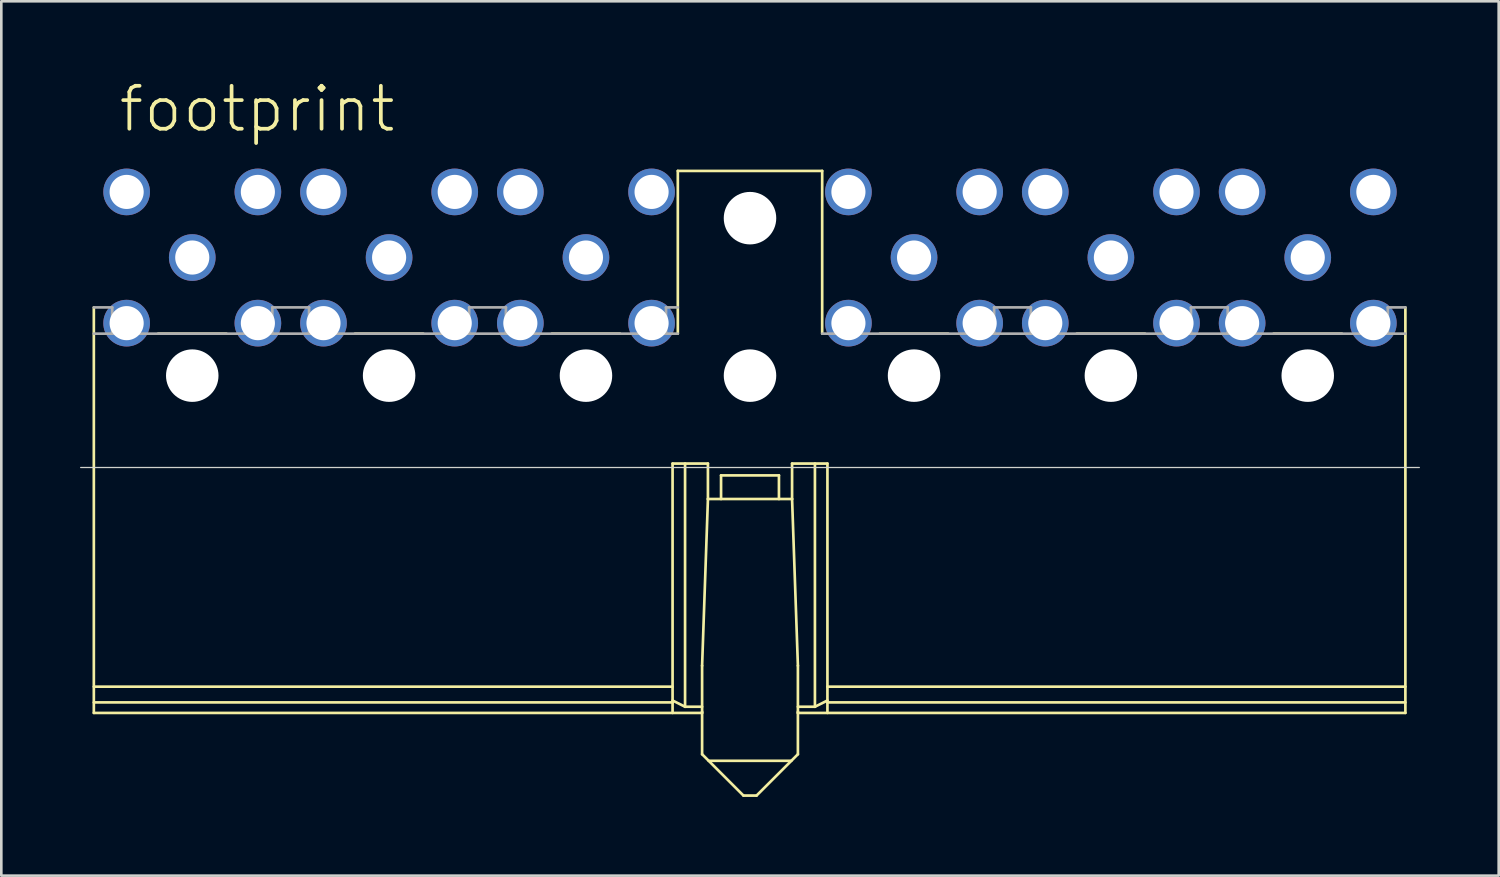
<source format=kicad_pcb>
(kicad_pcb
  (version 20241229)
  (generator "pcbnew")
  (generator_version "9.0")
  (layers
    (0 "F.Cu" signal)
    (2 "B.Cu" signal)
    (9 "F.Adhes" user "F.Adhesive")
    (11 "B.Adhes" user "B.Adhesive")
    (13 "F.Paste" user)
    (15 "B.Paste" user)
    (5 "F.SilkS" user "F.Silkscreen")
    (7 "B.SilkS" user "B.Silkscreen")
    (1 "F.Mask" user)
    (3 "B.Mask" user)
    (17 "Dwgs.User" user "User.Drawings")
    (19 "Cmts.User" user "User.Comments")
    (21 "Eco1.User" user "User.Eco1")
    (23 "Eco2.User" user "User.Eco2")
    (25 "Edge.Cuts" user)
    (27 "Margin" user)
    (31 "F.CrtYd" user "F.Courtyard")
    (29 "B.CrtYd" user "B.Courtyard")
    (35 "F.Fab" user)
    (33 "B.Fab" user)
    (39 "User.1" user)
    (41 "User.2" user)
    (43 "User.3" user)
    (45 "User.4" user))
  (footprint "footprint"
    (layer "F.Cu")
    (at 25.525 11.262)
    (property "Reference" "footprint" (at -24.13 -9.2 0) (layer "F.SilkS") (effects (font (size 1.636 1.636) (thickness 0.142)) (justify left bottom)))
    (fp_line (start -25 -2.6) (end -25 12.85) (stroke (width 0.102) (type solid)) (layer "F.SilkS"))
    (fp_line (start -25 11.85) (end -2.95 11.85) (stroke (width 0.102) (type solid)) (layer "F.SilkS"))
    (fp_line (start -25 12.45) (end -2.95 12.45) (stroke (width 0.102) (type solid)) (layer "F.SilkS"))
    (fp_line (start -25 12.85) (end -1.825 12.85) (stroke (width 0.102) (type solid)) (layer "F.SilkS"))
    (fp_line (start -19.95 -1.6) (end -22.55 -1.6) (stroke (width 0.102) (type solid)) (layer "F.SilkS"))
    (fp_line (start -12.45 -1.6) (end -15.05 -1.6) (stroke (width 0.102) (type solid)) (layer "F.SilkS"))
    (fp_line (start -4.95 -1.6) (end -7.55 -1.6) (stroke (width 0.102) (type solid)) (layer "F.SilkS"))
    (fp_line (start -2.95 3.35) (end -1.603 3.35) (stroke (width 0.102) (type solid)) (layer "F.SilkS"))
    (fp_line (start -2.95 12.377) (end -2.474 12.615) (stroke (width 0.102) (type solid)) (layer "F.SilkS"))
    (fp_line (start -2.95 12.85) (end -2.95 3.35) (stroke (width 0.102) (type solid)) (layer "F.SilkS"))
    (fp_line (start -2.75 -7.8) (end -2.75 -1.6) (stroke (width 0.102) (type solid)) (layer "F.SilkS"))
    (fp_line (start -2.75 -7.8) (end 2.75 -7.8) (stroke (width 0.102) (type solid)) (layer "F.SilkS"))
    (fp_line (start -2.474 12.615) (end -2.474 3.35) (stroke (width 0.102) (type solid)) (layer "F.SilkS"))
    (fp_line (start -2.474 12.615) (end -1.825 12.615) (stroke (width 0.102) (type solid)) (layer "F.SilkS"))
    (fp_line (start -1.825 11.05) (end -1.603 4.7) (stroke (width 0.102) (type solid)) (layer "F.SilkS"))
    (fp_line (start -1.825 12.799) (end -1.825 14.424) (stroke (width 0.102) (type solid)) (layer "F.SilkS"))
    (fp_line (start -1.825 12.85) (end -1.825 11.05) (stroke (width 0.102) (type solid)) (layer "F.SilkS"))
    (fp_line (start -1.825 14.424) (end -0.25 15.999) (stroke (width 0.102) (type solid)) (layer "F.SilkS"))
    (fp_line (start -1.603 4.7) (end -1.603 3.35) (stroke (width 0.102) (type solid)) (layer "F.SilkS"))
    (fp_line (start -1.103 3.8) (end -1.103 4.7) (stroke (width 0.102) (type solid)) (layer "F.SilkS"))
    (fp_line (start -1.103 3.8) (end 1.103 3.8) (stroke (width 0.102) (type solid)) (layer "F.SilkS"))
    (fp_line (start 0.25 15.999) (end -0.25 15.999) (stroke (width 0.102) (type solid)) (layer "F.SilkS"))
    (fp_line (start 1.103 3.8) (end 1.103 4.7) (stroke (width 0.102) (type solid)) (layer "F.SilkS"))
    (fp_line (start 1.575 14.674) (end -1.575 14.674) (stroke (width 0.102) (type solid)) (layer "F.SilkS"))
    (fp_line (start 1.603 4.7) (end -1.603 4.7) (stroke (width 0.102) (type solid)) (layer "F.SilkS"))
    (fp_line (start 1.603 4.7) (end 1.603 3.35) (stroke (width 0.102) (type solid)) (layer "F.SilkS"))
    (fp_line (start 1.825 11.05) (end 1.603 4.7) (stroke (width 0.102) (type solid)) (layer "F.SilkS"))
    (fp_line (start 1.825 12.799) (end 1.825 14.424) (stroke (width 0.102) (type solid)) (layer "F.SilkS"))
    (fp_line (start 1.825 12.85) (end 1.825 11.05) (stroke (width 0.102) (type solid)) (layer "F.SilkS"))
    (fp_line (start 1.825 14.424) (end 0.25 15.999) (stroke (width 0.102) (type solid)) (layer "F.SilkS"))
    (fp_line (start 2.474 12.615) (end 1.825 12.615) (stroke (width 0.102) (type solid)) (layer "F.SilkS"))
    (fp_line (start 2.474 12.615) (end 2.474 3.35) (stroke (width 0.102) (type solid)) (layer "F.SilkS"))
    (fp_line (start 2.75 -7.8) (end 2.75 -1.6) (stroke (width 0.102) (type solid)) (layer "F.SilkS"))
    (fp_line (start 2.95 3.35) (end 1.603 3.35) (stroke (width 0.102) (type solid)) (layer "F.SilkS"))
    (fp_line (start 2.95 11.85) (end 24.97 11.85) (stroke (width 0.102) (type solid)) (layer "F.SilkS"))
    (fp_line (start 2.95 12.377) (end 2.474 12.615) (stroke (width 0.102) (type solid)) (layer "F.SilkS"))
    (fp_line (start 2.95 12.45) (end 24.97 12.45) (stroke (width 0.102) (type solid)) (layer "F.SilkS"))
    (fp_line (start 2.95 12.85) (end 2.95 3.35) (stroke (width 0.102) (type solid)) (layer "F.SilkS"))
    (fp_line (start 4.95 -1.6) (end 7.55 -1.6) (stroke (width 0.102) (type solid)) (layer "F.SilkS"))
    (fp_line (start 12.45 -1.6) (end 15.05 -1.6) (stroke (width 0.102) (type solid)) (layer "F.SilkS"))
    (fp_line (start 19.95 -1.6) (end 22.55 -1.6) (stroke (width 0.102) (type solid)) (layer "F.SilkS"))
    (fp_line (start 24.97 -2.6) (end 24.97 12.85) (stroke (width 0.102) (type solid)) (layer "F.SilkS"))
    (fp_line (start 24.97 12.85) (end 1.825 12.85) (stroke (width 0.102) (type solid)) (layer "F.SilkS"))
    (fp_line (start -25.5 3.5) (end 25.5 3.5) (stroke (width 0.05) (type solid)) (layer "Edge.Cuts"))
    (fp_line (start -25 -1.6) (end -24.3 -1.6) (stroke (width 0.102) (type solid)) (layer "F.Fab"))
    (fp_line (start -24.3 -2.6) (end -25 -2.6) (stroke (width 0.102) (type solid)) (layer "F.Fab"))
    (fp_line (start -24.3 -1.6) (end -24.3 -2.6) (stroke (width 0.102) (type solid)) (layer "F.Fab"))
    (fp_line (start -18.2 -2.6) (end -18.2 -1.6) (stroke (width 0.102) (type solid)) (layer "F.Fab"))
    (fp_line (start -18.2 -1.6) (end -24.3 -1.6) (stroke (width 0.102) (type solid)) (layer "F.Fab"))
    (fp_line (start -18.2 -1.6) (end -16.8 -1.6) (stroke (width 0.102) (type solid)) (layer "F.Fab"))
    (fp_line (start -16.8 -2.6) (end -18.2 -2.6) (stroke (width 0.102) (type solid)) (layer "F.Fab"))
    (fp_line (start -16.8 -1.6) (end -16.8 -2.6) (stroke (width 0.102) (type solid)) (layer "F.Fab"))
    (fp_line (start -10.7 -2.6) (end -10.7 -1.6) (stroke (width 0.102) (type solid)) (layer "F.Fab"))
    (fp_line (start -10.7 -1.6) (end -16.8 -1.6) (stroke (width 0.102) (type solid)) (layer "F.Fab"))
    (fp_line (start -10.7 -1.6) (end -9.3 -1.6) (stroke (width 0.102) (type solid)) (layer "F.Fab"))
    (fp_line (start -9.3 -2.6) (end -10.7 -2.6) (stroke (width 0.102) (type solid)) (layer "F.Fab"))
    (fp_line (start -9.3 -1.6) (end -9.3 -2.6) (stroke (width 0.102) (type solid)) (layer "F.Fab"))
    (fp_line (start -3.2 -2.6) (end -3.2 -1.6) (stroke (width 0.102) (type solid)) (layer "F.Fab"))
    (fp_line (start -3.2 -1.6) (end -9.3 -1.6) (stroke (width 0.102) (type solid)) (layer "F.Fab"))
    (fp_line (start -3.2 -1.6) (end -2.75 -1.6) (stroke (width 0.102) (type solid)) (layer "F.Fab"))
    (fp_line (start -2.75 -2.6) (end -3.2 -2.6) (stroke (width 0.102) (type solid)) (layer "F.Fab"))
    (fp_line (start 2.75 -1.6) (end 9.3 -1.6) (stroke (width 0.102) (type solid)) (layer "F.Fab"))
    (fp_line (start 9.3 -2.6) (end 10.7 -2.6) (stroke (width 0.102) (type solid)) (layer "F.Fab"))
    (fp_line (start 9.3 -1.6) (end 9.3 -2.6) (stroke (width 0.102) (type solid)) (layer "F.Fab"))
    (fp_line (start 10.7 -2.6) (end 10.7 -1.6) (stroke (width 0.102) (type solid)) (layer "F.Fab"))
    (fp_line (start 10.7 -1.6) (end 9.3 -1.6) (stroke (width 0.102) (type solid)) (layer "F.Fab"))
    (fp_line (start 10.7 -1.6) (end 16.8 -1.6) (stroke (width 0.102) (type solid)) (layer "F.Fab"))
    (fp_line (start 16.8 -2.6) (end 18.2 -2.6) (stroke (width 0.102) (type solid)) (layer "F.Fab"))
    (fp_line (start 16.8 -1.6) (end 16.8 -2.6) (stroke (width 0.102) (type solid)) (layer "F.Fab"))
    (fp_line (start 18.2 -2.6) (end 18.2 -1.6) (stroke (width 0.102) (type solid)) (layer "F.Fab"))
    (fp_line (start 18.2 -1.6) (end 16.8 -1.6) (stroke (width 0.102) (type solid)) (layer "F.Fab"))
    (fp_line (start 18.2 -1.6) (end 24.3 -1.6) (stroke (width 0.102) (type solid)) (layer "F.Fab"))
    (fp_line (start 24.3 -2.6) (end 24.97 -2.6) (stroke (width 0.102) (type solid)) (layer "F.Fab"))
    (fp_line (start 24.3 -1.6) (end 24.3 -2.6) (stroke (width 0.102) (type solid)) (layer "F.Fab"))
    (fp_line (start 24.3 -1.6) (end 24.97 -1.6) (stroke (width 0.102) (type solid)) (layer "F.Fab"))
    (pad "" np_thru_hole circle (at -21.25 0) (size 2 2) (drill 2) (layers "*.Cu" "*.Mask"))
    (pad "" np_thru_hole circle (at -13.75 0) (size 2 2) (drill 2) (layers "*.Cu" "*.Mask"))
    (pad "" np_thru_hole circle (at -6.25 0) (size 2 2) (drill 2) (layers "*.Cu" "*.Mask"))
    (pad "" np_thru_hole circle (at 0 -6) (size 2 2) (drill 2) (layers "*.Cu" "*.Mask"))
    (pad "" np_thru_hole circle (at 0 0) (size 2 2) (drill 2) (layers "*.Cu" "*.Mask"))
    (pad "" np_thru_hole circle (at 6.25 0) (size 2 2) (drill 2) (layers "*.Cu" "*.Mask"))
    (pad "" np_thru_hole circle (at 13.75 0) (size 2 2) (drill 2) (layers "*.Cu" "*.Mask"))
    (pad "" np_thru_hole circle (at 21.25 0) (size 2 2) (drill 2) (layers "*.Cu" "*.Mask"))
    (pad "1A" thru_hole circle (at 23.75 -7) (size 1.778 1.778) (drill 1.3) (layers "*.Cu" "*.Mask"))
    (pad "1B" thru_hole circle (at 23.75 -2) (size 1.778 1.778) (drill 1.3) (layers "*.Cu" "*.Mask"))
    (pad "1C" thru_hole circle (at 18.75 -2) (size 1.778 1.778) (drill 1.3) (layers "*.Cu" "*.Mask"))
    (pad "1D" thru_hole circle (at 18.75 -7) (size 1.778 1.778) (drill 1.3) (layers "*.Cu" "*.Mask"))
    (pad "2" thru_hole circle (at 21.25 -4.5) (size 1.778 1.778) (drill 1.3) (layers "*.Cu" "*.Mask"))
    (pad "2A" thru_hole circle (at 16.25 -7) (size 1.778 1.778) (drill 1.3) (layers "*.Cu" "*.Mask"))
    (pad "2B" thru_hole circle (at 16.25 -2) (size 1.778 1.778) (drill 1.3) (layers "*.Cu" "*.Mask"))
    (pad "2C" thru_hole circle (at 11.25 -2) (size 1.778 1.778) (drill 1.3) (layers "*.Cu" "*.Mask"))
    (pad "2D" thru_hole circle (at 11.25 -7) (size 1.778 1.778) (drill 1.3) (layers "*.Cu" "*.Mask"))
    (pad "3A" thru_hole circle (at 8.75 -7) (size 1.778 1.778) (drill 1.3) (layers "*.Cu" "*.Mask"))
    (pad "3B" thru_hole circle (at 8.75 -2) (size 1.778 1.778) (drill 1.3) (layers "*.Cu" "*.Mask"))
    (pad "3C" thru_hole circle (at 3.75 -2) (size 1.778 1.778) (drill 1.3) (layers "*.Cu" "*.Mask"))
    (pad "3D" thru_hole circle (at 3.75 -7) (size 1.778 1.778) (drill 1.3) (layers "*.Cu" "*.Mask"))
    (pad "4A" thru_hole circle (at -3.75 -7) (size 1.778 1.778) (drill 1.3) (layers "*.Cu" "*.Mask"))
    (pad "4B" thru_hole circle (at -3.75 -2) (size 1.778 1.778) (drill 1.3) (layers "*.Cu" "*.Mask"))
    (pad "4C" thru_hole circle (at -8.75 -2) (size 1.778 1.778) (drill 1.3) (layers "*.Cu" "*.Mask"))
    (pad "4D" thru_hole circle (at -8.75 -7) (size 1.778 1.778) (drill 1.3) (layers "*.Cu" "*.Mask"))
    (pad "5A" thru_hole circle (at -11.25 -7) (size 1.778 1.778) (drill 1.3) (layers "*.Cu" "*.Mask"))
    (pad "5B" thru_hole circle (at -11.25 -2) (size 1.778 1.778) (drill 1.3) (layers "*.Cu" "*.Mask"))
    (pad "5C" thru_hole circle (at -16.25 -2) (size 1.778 1.778) (drill 1.3) (layers "*.Cu" "*.Mask"))
    (pad "5D" thru_hole circle (at -16.25 -7) (size 1.778 1.778) (drill 1.3) (layers "*.Cu" "*.Mask"))
    (pad "6" thru_hole circle (at 13.75 -4.5) (size 1.778 1.778) (drill 1.3) (layers "*.Cu" "*.Mask"))
    (pad "6A" thru_hole circle (at -18.75 -7) (size 1.778 1.778) (drill 1.3) (layers "*.Cu" "*.Mask"))
    (pad "6B" thru_hole circle (at -18.75 -2) (size 1.778 1.778) (drill 1.3) (layers "*.Cu" "*.Mask"))
    (pad "6C" thru_hole circle (at -23.75 -2) (size 1.778 1.778) (drill 1.3) (layers "*.Cu" "*.Mask"))
    (pad "6D" thru_hole circle (at -23.75 -7) (size 1.778 1.778) (drill 1.3) (layers "*.Cu" "*.Mask"))
    (pad "10" thru_hole circle (at 6.25 -4.5) (size 1.778 1.778) (drill 1.3) (layers "*.Cu" "*.Mask"))
    (pad "16" thru_hole circle (at -6.25 -4.5) (size 1.778 1.778) (drill 1.3) (layers "*.Cu" "*.Mask"))
    (pad "20" thru_hole circle (at -13.75 -4.5) (size 1.778 1.778) (drill 1.3) (layers "*.Cu" "*.Mask"))
    (pad "24" thru_hole circle (at -21.25 -4.5) (size 1.778 1.778) (drill 1.3) (layers "*.Cu" "*.Mask")))
  (gr_rect
    (start -3 -3)
    (end 54.05 30.312)
    (stroke (width 0.1) (type default))
    (fill no)
    (layer "Edge.Cuts")))
</source>
